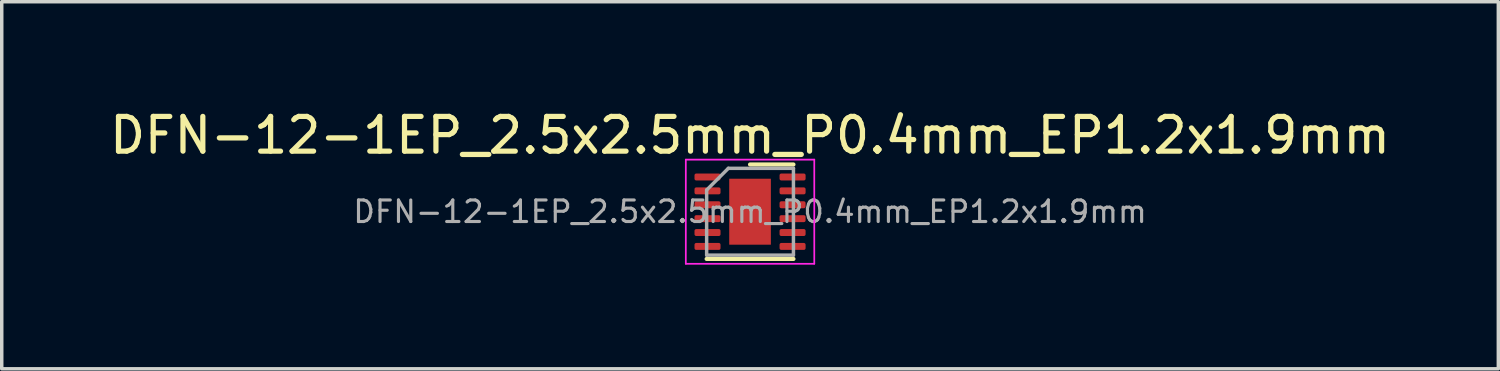
<source format=kicad_pcb>
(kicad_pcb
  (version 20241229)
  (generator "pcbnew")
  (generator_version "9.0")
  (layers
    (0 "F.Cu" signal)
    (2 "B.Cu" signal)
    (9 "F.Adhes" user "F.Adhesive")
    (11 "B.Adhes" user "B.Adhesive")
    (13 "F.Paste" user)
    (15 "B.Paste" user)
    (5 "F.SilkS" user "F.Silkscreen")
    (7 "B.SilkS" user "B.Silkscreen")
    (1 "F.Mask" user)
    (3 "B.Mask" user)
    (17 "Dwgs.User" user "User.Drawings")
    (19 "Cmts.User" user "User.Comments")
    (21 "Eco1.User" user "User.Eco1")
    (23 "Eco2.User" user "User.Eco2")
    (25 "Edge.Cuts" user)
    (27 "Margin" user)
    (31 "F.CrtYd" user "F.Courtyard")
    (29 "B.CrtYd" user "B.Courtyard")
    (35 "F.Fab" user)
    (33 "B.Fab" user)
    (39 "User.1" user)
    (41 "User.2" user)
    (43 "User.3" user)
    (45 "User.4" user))
  (footprint "DFN-12-1EP_2.5x2.5mm_P0.4mm_EP1.2x1.9mm"
    (layer "F.Cu")
    (at 18.554 3.048)
    (property "Reference" "DFN-12-1EP_2.5x2.5mm_P0.4mm_EP1.2x1.9mm" (at 0 -2.2 0) (layer "F.SilkS") (effects (font (size 1 1) (thickness 0.15))))
    (attr smd)
    (fp_line (start -1.25 1.36) (end 1.25 1.36) (stroke (width 0.12) (type solid)) (layer "F.SilkS"))
    (fp_line (start 0 -1.36) (end 1.25 -1.36) (stroke (width 0.12) (type solid)) (layer "F.SilkS"))
    (fp_line (start -1.85 -1.5) (end -1.85 1.5) (stroke (width 0.05) (type solid)) (layer "F.CrtYd"))
    (fp_line (start -1.85 1.5) (end 1.85 1.5) (stroke (width 0.05) (type solid)) (layer "F.CrtYd"))
    (fp_line (start 1.85 -1.5) (end -1.85 -1.5) (stroke (width 0.05) (type solid)) (layer "F.CrtYd"))
    (fp_line (start 1.85 1.5) (end 1.85 -1.5) (stroke (width 0.05) (type solid)) (layer "F.CrtYd"))
    (fp_line (start -1.25 -0.625) (end -0.625 -1.25) (stroke (width 0.1) (type solid)) (layer "F.Fab"))
    (fp_line (start -1.25 1.25) (end -1.25 -0.625) (stroke (width 0.1) (type solid)) (layer "F.Fab"))
    (fp_line (start -0.625 -1.25) (end 1.25 -1.25) (stroke (width 0.1) (type solid)) (layer "F.Fab"))
    (fp_line (start 1.25 -1.25) (end 1.25 1.25) (stroke (width 0.1) (type solid)) (layer "F.Fab"))
    (fp_line (start 1.25 1.25) (end -1.25 1.25) (stroke (width 0.1) (type solid)) (layer "F.Fab"))
    (fp_text user "${REFERENCE}" (at 0 0 0) (layer "F.Fab") (effects (font (size 0.62 0.62) (thickness 0.09))))
    (pad "" smd roundrect (at -0.3 -0.475) (size 0.48 0.77) (layers "F.Paste") (roundrect_rratio 0.25))
    (pad "" smd roundrect (at -0.3 0.475) (size 0.48 0.77) (layers "F.Paste") (roundrect_rratio 0.25))
    (pad "" smd roundrect (at 0.3 -0.475) (size 0.48 0.77) (layers "F.Paste") (roundrect_rratio 0.25))
    (pad "" smd roundrect (at 0.3 0.475) (size 0.48 0.77) (layers "F.Paste") (roundrect_rratio 0.25))
    (pad "1" smd roundrect (at -1.225 -1) (size 0.75 0.2) (layers "F.Cu" "F.Mask" "F.Paste") (roundrect_rratio 0.25))
    (pad "2" smd roundrect (at -1.225 -0.6) (size 0.75 0.2) (layers "F.Cu" "F.Mask" "F.Paste") (roundrect_rratio 0.25))
    (pad "3" smd roundrect (at -1.225 -0.2) (size 0.75 0.2) (layers "F.Cu" "F.Mask" "F.Paste") (roundrect_rratio 0.25))
    (pad "4" smd roundrect (at -1.225 0.2) (size 0.75 0.2) (layers "F.Cu" "F.Mask" "F.Paste") (roundrect_rratio 0.25))
    (pad "5" smd roundrect (at -1.225 0.6) (size 0.75 0.2) (layers "F.Cu" "F.Mask" "F.Paste") (roundrect_rratio 0.25))
    (pad "6" smd roundrect (at -1.225 1) (size 0.75 0.2) (layers "F.Cu" "F.Mask" "F.Paste") (roundrect_rratio 0.25))
    (pad "7" smd roundrect (at 1.225 1) (size 0.75 0.2) (layers "F.Cu" "F.Mask" "F.Paste") (roundrect_rratio 0.25))
    (pad "8" smd roundrect (at 1.225 0.6) (size 0.75 0.2) (layers "F.Cu" "F.Mask" "F.Paste") (roundrect_rratio 0.25))
    (pad "9" smd roundrect (at 1.225 0.2) (size 0.75 0.2) (layers "F.Cu" "F.Mask" "F.Paste") (roundrect_rratio 0.25))
    (pad "10" smd roundrect (at 1.225 -0.2) (size 0.75 0.2) (layers "F.Cu" "F.Mask" "F.Paste") (roundrect_rratio 0.25))
    (pad "11" smd roundrect (at 1.225 -0.6) (size 0.75 0.2) (layers "F.Cu" "F.Mask" "F.Paste") (roundrect_rratio 0.25))
    (pad "12" smd roundrect (at 1.225 -1) (size 0.75 0.2) (layers "F.Cu" "F.Mask" "F.Paste") (roundrect_rratio 0.25))
    (pad "13" smd rect (at 0 0) (size 1.2 1.9) (layers "F.Cu" "F.Mask")))
  (gr_rect
    (start -3 -3)
    (end 40.107 7.573)
    (stroke (width 0.1) (type default))
    (fill no)
    (layer "Edge.Cuts")))
</source>
